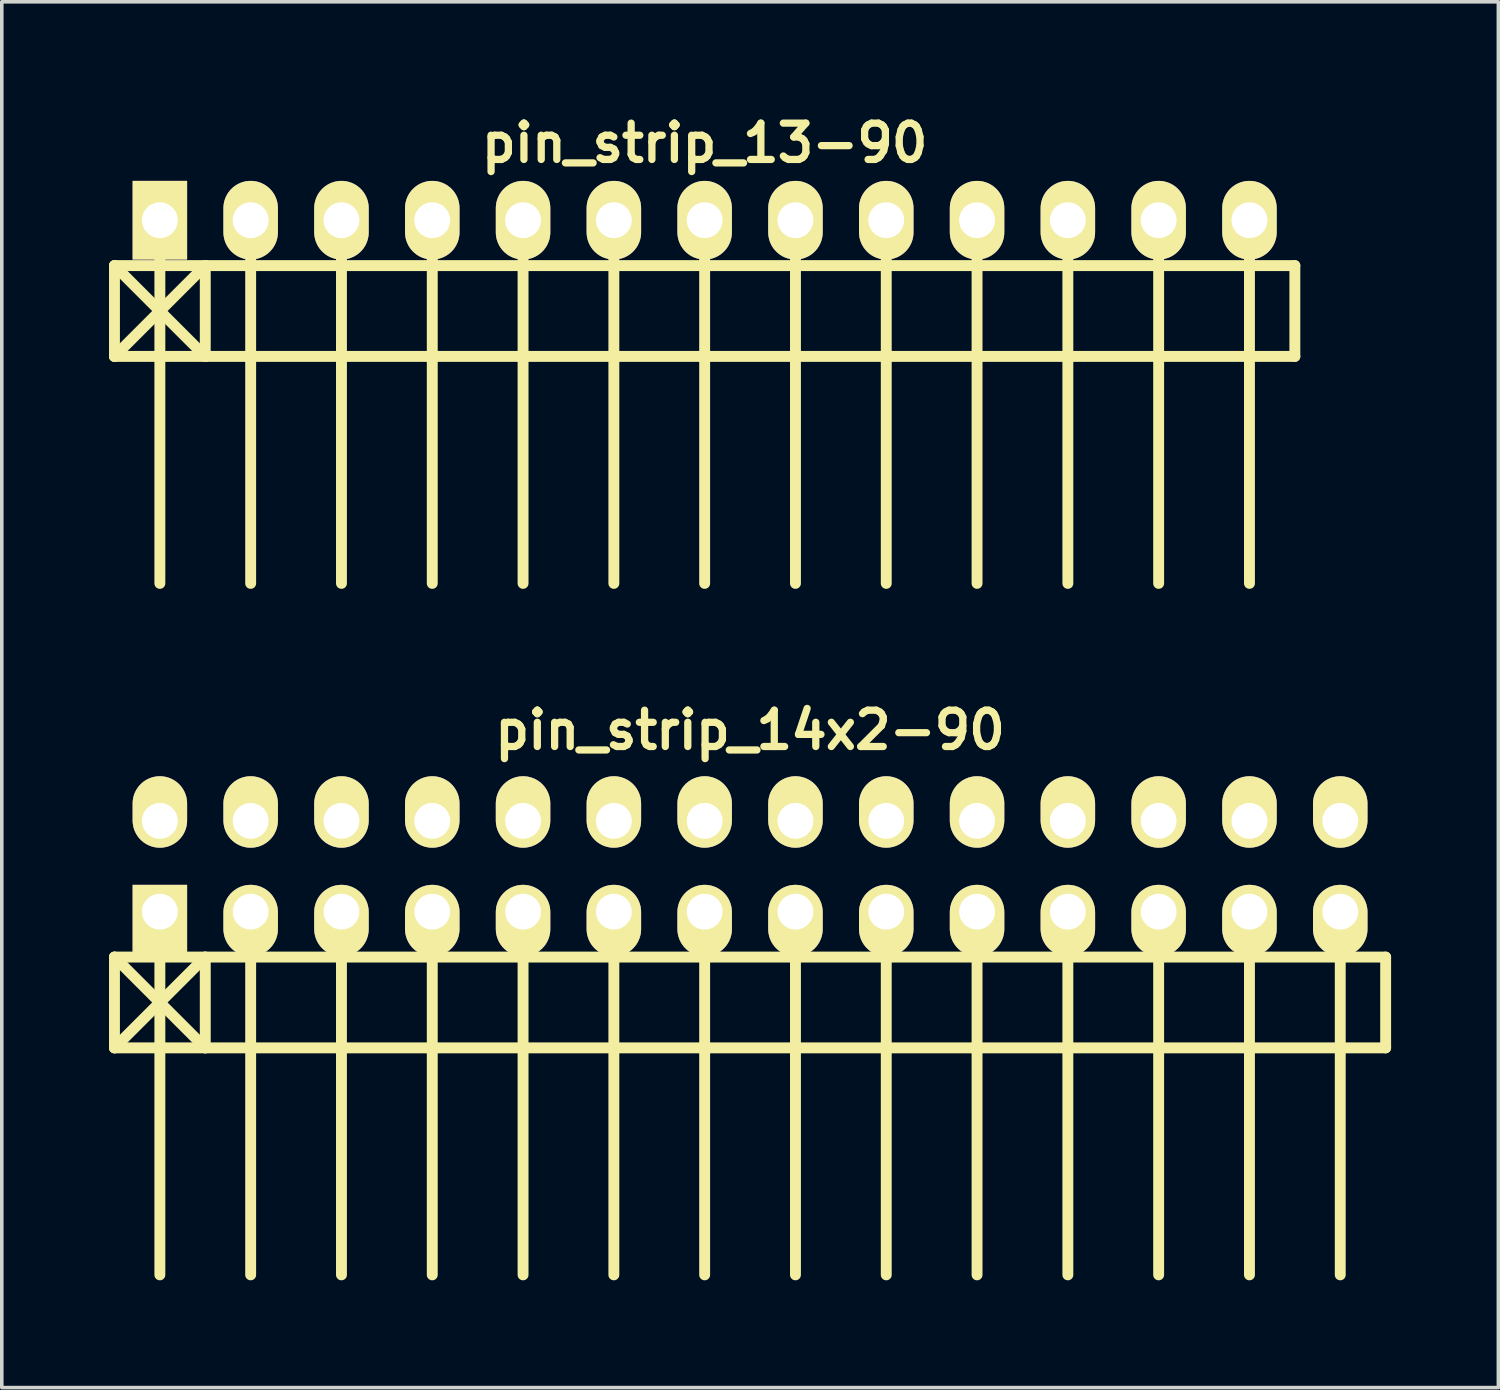
<source format=kicad_pcb>
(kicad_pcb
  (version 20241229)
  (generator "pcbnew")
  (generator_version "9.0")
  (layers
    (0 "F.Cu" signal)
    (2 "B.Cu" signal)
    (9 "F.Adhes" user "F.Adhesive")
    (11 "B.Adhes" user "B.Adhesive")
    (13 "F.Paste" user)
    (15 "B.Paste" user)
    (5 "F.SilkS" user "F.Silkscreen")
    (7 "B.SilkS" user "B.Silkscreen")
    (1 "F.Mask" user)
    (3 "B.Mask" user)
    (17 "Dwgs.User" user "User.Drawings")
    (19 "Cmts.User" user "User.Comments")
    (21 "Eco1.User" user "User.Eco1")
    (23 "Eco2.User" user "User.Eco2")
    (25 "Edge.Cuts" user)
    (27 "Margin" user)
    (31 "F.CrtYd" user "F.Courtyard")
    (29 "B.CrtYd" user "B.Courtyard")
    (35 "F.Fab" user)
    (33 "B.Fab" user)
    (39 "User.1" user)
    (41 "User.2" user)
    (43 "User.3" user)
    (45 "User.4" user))
  (footprint "pin_strip_13-90"
    (layer "F.Cu")
    (at 16.662 3.11)
    (property "Reference" "pin_strip_13-90" (at 0 -2.159 0) (layer "F.SilkS") (effects (font (size 1.016 1.016) (thickness 0.203))))
    (attr through_hole)
    (fp_line (start -16.51 1.27) (end 16.51 1.27) (stroke (width 0.305) (type solid)) (layer "F.SilkS"))
    (fp_line (start -16.51 3.81) (end -16.51 1.27) (stroke (width 0.305) (type solid)) (layer "F.SilkS"))
    (fp_line (start -16.51 3.81) (end -13.97 1.27) (stroke (width 0.305) (type solid)) (layer "F.SilkS"))
    (fp_line (start -15.24 0) (end -15.24 10.16) (stroke (width 0.305) (type solid)) (layer "F.SilkS"))
    (fp_line (start -13.97 1.27) (end -13.97 3.81) (stroke (width 0.305) (type solid)) (layer "F.SilkS"))
    (fp_line (start -13.97 3.81) (end -16.51 1.27) (stroke (width 0.305) (type solid)) (layer "F.SilkS"))
    (fp_line (start -12.7 0) (end -12.7 10.16) (stroke (width 0.305) (type solid)) (layer "F.SilkS"))
    (fp_line (start -10.16 10.16) (end -10.16 0) (stroke (width 0.305) (type solid)) (layer "F.SilkS"))
    (fp_line (start -7.62 0) (end -7.62 10.16) (stroke (width 0.305) (type solid)) (layer "F.SilkS"))
    (fp_line (start -5.08 0) (end -5.08 10.16) (stroke (width 0.305) (type solid)) (layer "F.SilkS"))
    (fp_line (start -2.54 0) (end -2.54 10.16) (stroke (width 0.305) (type solid)) (layer "F.SilkS"))
    (fp_line (start 0 0) (end 0 10.16) (stroke (width 0.305) (type solid)) (layer "F.SilkS"))
    (fp_line (start 2.54 0) (end 2.54 10.16) (stroke (width 0.305) (type solid)) (layer "F.SilkS"))
    (fp_line (start 5.08 0) (end 5.08 10.16) (stroke (width 0.305) (type solid)) (layer "F.SilkS"))
    (fp_line (start 7.62 0) (end 7.62 10.16) (stroke (width 0.305) (type solid)) (layer "F.SilkS"))
    (fp_line (start 10.16 0) (end 10.16 10.16) (stroke (width 0.305) (type solid)) (layer "F.SilkS"))
    (fp_line (start 12.7 0) (end 12.7 10.16) (stroke (width 0.305) (type solid)) (layer "F.SilkS"))
    (fp_line (start 15.24 10.16) (end 15.24 0) (stroke (width 0.305) (type solid)) (layer "F.SilkS"))
    (fp_line (start 16.51 1.27) (end 16.51 3.81) (stroke (width 0.305) (type solid)) (layer "F.SilkS"))
    (fp_line (start 16.51 3.81) (end -16.51 3.81) (stroke (width 0.305) (type solid)) (layer "F.SilkS"))
    (pad "1" thru_hole rect (at -15.24 0) (size 1.524 2.2) (drill 1.001) (layers "*.Cu" "*.Mask" "F.SilkS"))
    (pad "2" thru_hole oval (at -12.7 0) (size 1.524 2.2) (drill 1.001) (layers "*.Cu" "*.Mask" "F.SilkS"))
    (pad "3" thru_hole oval (at -10.16 0) (size 1.524 2.2) (drill 1.001) (layers "*.Cu" "*.Mask" "F.SilkS"))
    (pad "4" thru_hole oval (at -7.62 0) (size 1.524 2.2) (drill 1.001) (layers "*.Cu" "*.Mask" "F.SilkS"))
    (pad "5" thru_hole oval (at -5.08 0) (size 1.524 2.2) (drill 1.001) (layers "*.Cu" "*.Mask" "F.SilkS"))
    (pad "6" thru_hole oval (at -2.54 0) (size 1.524 2.2) (drill 1.001) (layers "*.Cu" "*.Mask" "F.SilkS"))
    (pad "7" thru_hole oval (at 0 0) (size 1.524 2.2) (drill 1.001) (layers "*.Cu" "*.Mask" "F.SilkS"))
    (pad "8" thru_hole oval (at 2.54 0) (size 1.524 2.2) (drill 1.001) (layers "*.Cu" "*.Mask" "F.SilkS"))
    (pad "9" thru_hole oval (at 5.08 0) (size 1.524 2.2) (drill 1.001) (layers "*.Cu" "*.Mask" "F.SilkS"))
    (pad "10" thru_hole oval (at 7.62 0) (size 1.524 2.2) (drill 1.001) (layers "*.Cu" "*.Mask" "F.SilkS"))
    (pad "11" thru_hole oval (at 10.16 0) (size 1.524 2.2) (drill 1.001) (layers "*.Cu" "*.Mask" "F.SilkS"))
    (pad "12" thru_hole oval (at 12.7 0) (size 1.524 2.2) (drill 1.001) (layers "*.Cu" "*.Mask" "F.SilkS"))
    (pad "13" thru_hole oval (at 15.24 0) (size 1.524 2.2) (drill 1.001) (layers "*.Cu" "*.Mask" "F.SilkS")))
  (footprint "pin_strip_14x2-90"
    (layer "F.Cu")
    (at 17.932 21.183)
    (property "Reference" "pin_strip_14x2-90" (at 0 -3.81 0) (layer "F.SilkS") (effects (font (size 1.016 1.016) (thickness 0.203))))
    (attr through_hole)
    (fp_line (start -17.78 2.54) (end -15.24 5.08) (stroke (width 0.305) (type solid)) (layer "F.SilkS"))
    (fp_line (start -17.78 2.54) (end 17.78 2.54) (stroke (width 0.305) (type solid)) (layer "F.SilkS"))
    (fp_line (start -17.78 5.08) (end -17.78 2.54) (stroke (width 0.305) (type solid)) (layer "F.SilkS"))
    (fp_line (start -16.51 1.27) (end -16.51 11.43) (stroke (width 0.305) (type solid)) (layer "F.SilkS"))
    (fp_line (start -15.24 2.54) (end -17.78 5.08) (stroke (width 0.305) (type solid)) (layer "F.SilkS"))
    (fp_line (start -15.24 5.08) (end -15.24 2.54) (stroke (width 0.305) (type solid)) (layer "F.SilkS"))
    (fp_line (start -13.97 1.27) (end -13.97 11.43) (stroke (width 0.305) (type solid)) (layer "F.SilkS"))
    (fp_line (start -11.43 11.43) (end -11.43 1.27) (stroke (width 0.305) (type solid)) (layer "F.SilkS"))
    (fp_line (start -8.89 1.27) (end -8.89 11.43) (stroke (width 0.305) (type solid)) (layer "F.SilkS"))
    (fp_line (start -6.35 1.27) (end -6.35 11.43) (stroke (width 0.305) (type solid)) (layer "F.SilkS"))
    (fp_line (start -3.81 1.27) (end -3.81 11.43) (stroke (width 0.305) (type solid)) (layer "F.SilkS"))
    (fp_line (start -1.27 1.27) (end -1.27 11.43) (stroke (width 0.305) (type solid)) (layer "F.SilkS"))
    (fp_line (start 1.27 1.27) (end 1.27 11.43) (stroke (width 0.305) (type solid)) (layer "F.SilkS"))
    (fp_line (start 3.81 1.27) (end 3.81 11.43) (stroke (width 0.305) (type solid)) (layer "F.SilkS"))
    (fp_line (start 6.35 1.27) (end 6.35 11.43) (stroke (width 0.305) (type solid)) (layer "F.SilkS"))
    (fp_line (start 8.89 1.27) (end 8.89 11.43) (stroke (width 0.305) (type solid)) (layer "F.SilkS"))
    (fp_line (start 11.43 1.27) (end 11.43 11.43) (stroke (width 0.305) (type solid)) (layer "F.SilkS"))
    (fp_line (start 13.97 11.43) (end 13.97 1.27) (stroke (width 0.305) (type solid)) (layer "F.SilkS"))
    (fp_line (start 16.51 1.27) (end 16.51 11.43) (stroke (width 0.305) (type solid)) (layer "F.SilkS"))
    (fp_line (start 17.78 2.54) (end 17.78 5.08) (stroke (width 0.305) (type solid)) (layer "F.SilkS"))
    (fp_line (start 17.78 5.08) (end -17.78 5.08) (stroke (width 0.305) (type solid)) (layer "F.SilkS"))
    (pad "1" thru_hole rect (at -16.51 1.27) (size 1.524 1.999) (drill 1.001 (offset 0 0.249)) (layers "*.Cu" "*.Mask" "F.SilkS"))
    (pad "2" thru_hole oval (at -16.51 -1.27) (size 1.524 1.999) (drill 1.001 (offset 0 -0.249)) (layers "*.Cu" "*.Mask" "F.SilkS"))
    (pad "3" thru_hole oval (at -13.97 1.27) (size 1.524 1.999) (drill 1.001 (offset 0 0.249)) (layers "*.Cu" "*.Mask" "F.SilkS"))
    (pad "4" thru_hole oval (at -13.97 -1.27) (size 1.524 1.999) (drill 1.001 (offset 0 -0.249)) (layers "*.Cu" "*.Mask" "F.SilkS"))
    (pad "5" thru_hole oval (at -11.43 1.27) (size 1.524 1.999) (drill 1.001 (offset 0 0.249)) (layers "*.Cu" "*.Mask" "F.SilkS"))
    (pad "6" thru_hole oval (at -11.43 -1.27) (size 1.524 1.999) (drill 1.001 (offset 0 -0.249)) (layers "*.Cu" "*.Mask" "F.SilkS"))
    (pad "7" thru_hole oval (at -8.89 1.27) (size 1.524 1.999) (drill 1.001 (offset 0 0.249)) (layers "*.Cu" "*.Mask" "F.SilkS"))
    (pad "8" thru_hole oval (at -8.89 -1.27) (size 1.524 1.999) (drill 1.001 (offset 0 -0.249)) (layers "*.Cu" "*.Mask" "F.SilkS"))
    (pad "9" thru_hole oval (at -6.35 1.27) (size 1.524 1.999) (drill 1.001 (offset 0 0.249)) (layers "*.Cu" "*.Mask" "F.SilkS"))
    (pad "10" thru_hole oval (at -6.35 -1.27) (size 1.524 1.999) (drill 1.001 (offset 0 -0.249)) (layers "*.Cu" "*.Mask" "F.SilkS"))
    (pad "11" thru_hole oval (at -3.81 1.27) (size 1.524 1.999) (drill 1.001 (offset 0 0.249)) (layers "*.Cu" "*.Mask" "F.SilkS"))
    (pad "12" thru_hole oval (at -3.81 -1.27) (size 1.524 1.999) (drill 1.001 (offset 0 -0.249)) (layers "*.Cu" "*.Mask" "F.SilkS"))
    (pad "13" thru_hole oval (at -1.27 1.27) (size 1.524 1.999) (drill 1.001 (offset 0 0.249)) (layers "*.Cu" "*.Mask" "F.SilkS"))
    (pad "14" thru_hole oval (at -1.27 -1.27) (size 1.524 1.999) (drill 1.001 (offset 0 -0.249)) (layers "*.Cu" "*.Mask" "F.SilkS"))
    (pad "15" thru_hole oval (at 1.27 1.27) (size 1.524 1.999) (drill 1.001 (offset 0 0.249)) (layers "*.Cu" "*.Mask" "F.SilkS"))
    (pad "16" thru_hole oval (at 1.27 -1.27) (size 1.524 1.999) (drill 1.001 (offset 0 -0.249)) (layers "*.Cu" "*.Mask" "F.SilkS"))
    (pad "17" thru_hole oval (at 3.81 1.27) (size 1.524 1.999) (drill 1.001 (offset 0 0.249)) (layers "*.Cu" "*.Mask" "F.SilkS"))
    (pad "18" thru_hole oval (at 3.81 -1.27) (size 1.524 1.999) (drill 1.001 (offset 0 -0.249)) (layers "*.Cu" "*.Mask" "F.SilkS"))
    (pad "19" thru_hole oval (at 6.35 1.27) (size 1.524 1.999) (drill 1.001 (offset 0 0.249)) (layers "*.Cu" "*.Mask" "F.SilkS"))
    (pad "20" thru_hole oval (at 6.35 -1.27) (size 1.524 1.999) (drill 1.001 (offset 0 -0.249)) (layers "*.Cu" "*.Mask" "F.SilkS"))
    (pad "21" thru_hole oval (at 8.89 1.27) (size 1.524 1.999) (drill 1.001 (offset 0 0.249)) (layers "*.Cu" "*.Mask" "F.SilkS"))
    (pad "22" thru_hole oval (at 8.89 -1.27) (size 1.524 1.999) (drill 1.001 (offset 0 -0.249)) (layers "*.Cu" "*.Mask" "F.SilkS"))
    (pad "23" thru_hole oval (at 11.43 1.27) (size 1.524 1.999) (drill 1.001 (offset 0 0.249)) (layers "*.Cu" "*.Mask" "F.SilkS"))
    (pad "24" thru_hole oval (at 11.43 -1.27) (size 1.524 1.999) (drill 1.001 (offset 0 -0.249)) (layers "*.Cu" "*.Mask" "F.SilkS"))
    (pad "25" thru_hole oval (at 13.97 1.27) (size 1.524 1.999) (drill 1.001 (offset 0 0.249)) (layers "*.Cu" "*.Mask" "F.SilkS"))
    (pad "26" thru_hole oval (at 13.97 -1.27) (size 1.524 1.999) (drill 1.001 (offset 0 -0.249)) (layers "*.Cu" "*.Mask" "F.SilkS"))
    (pad "27" thru_hole oval (at 16.51 1.27) (size 1.524 1.999) (drill 1.001 (offset 0 0.249)) (layers "*.Cu" "*.Mask" "F.SilkS"))
    (pad "28" thru_hole oval (at 16.51 -1.27) (size 1.524 1.999) (drill 1.001 (offset 0 -0.249)) (layers "*.Cu" "*.Mask" "F.SilkS")))
  (gr_rect
    (start -3 -3)
    (end 38.865 35.766)
    (stroke (width 0.1) (type default))
    (fill no)
    (layer "Edge.Cuts")))
</source>
